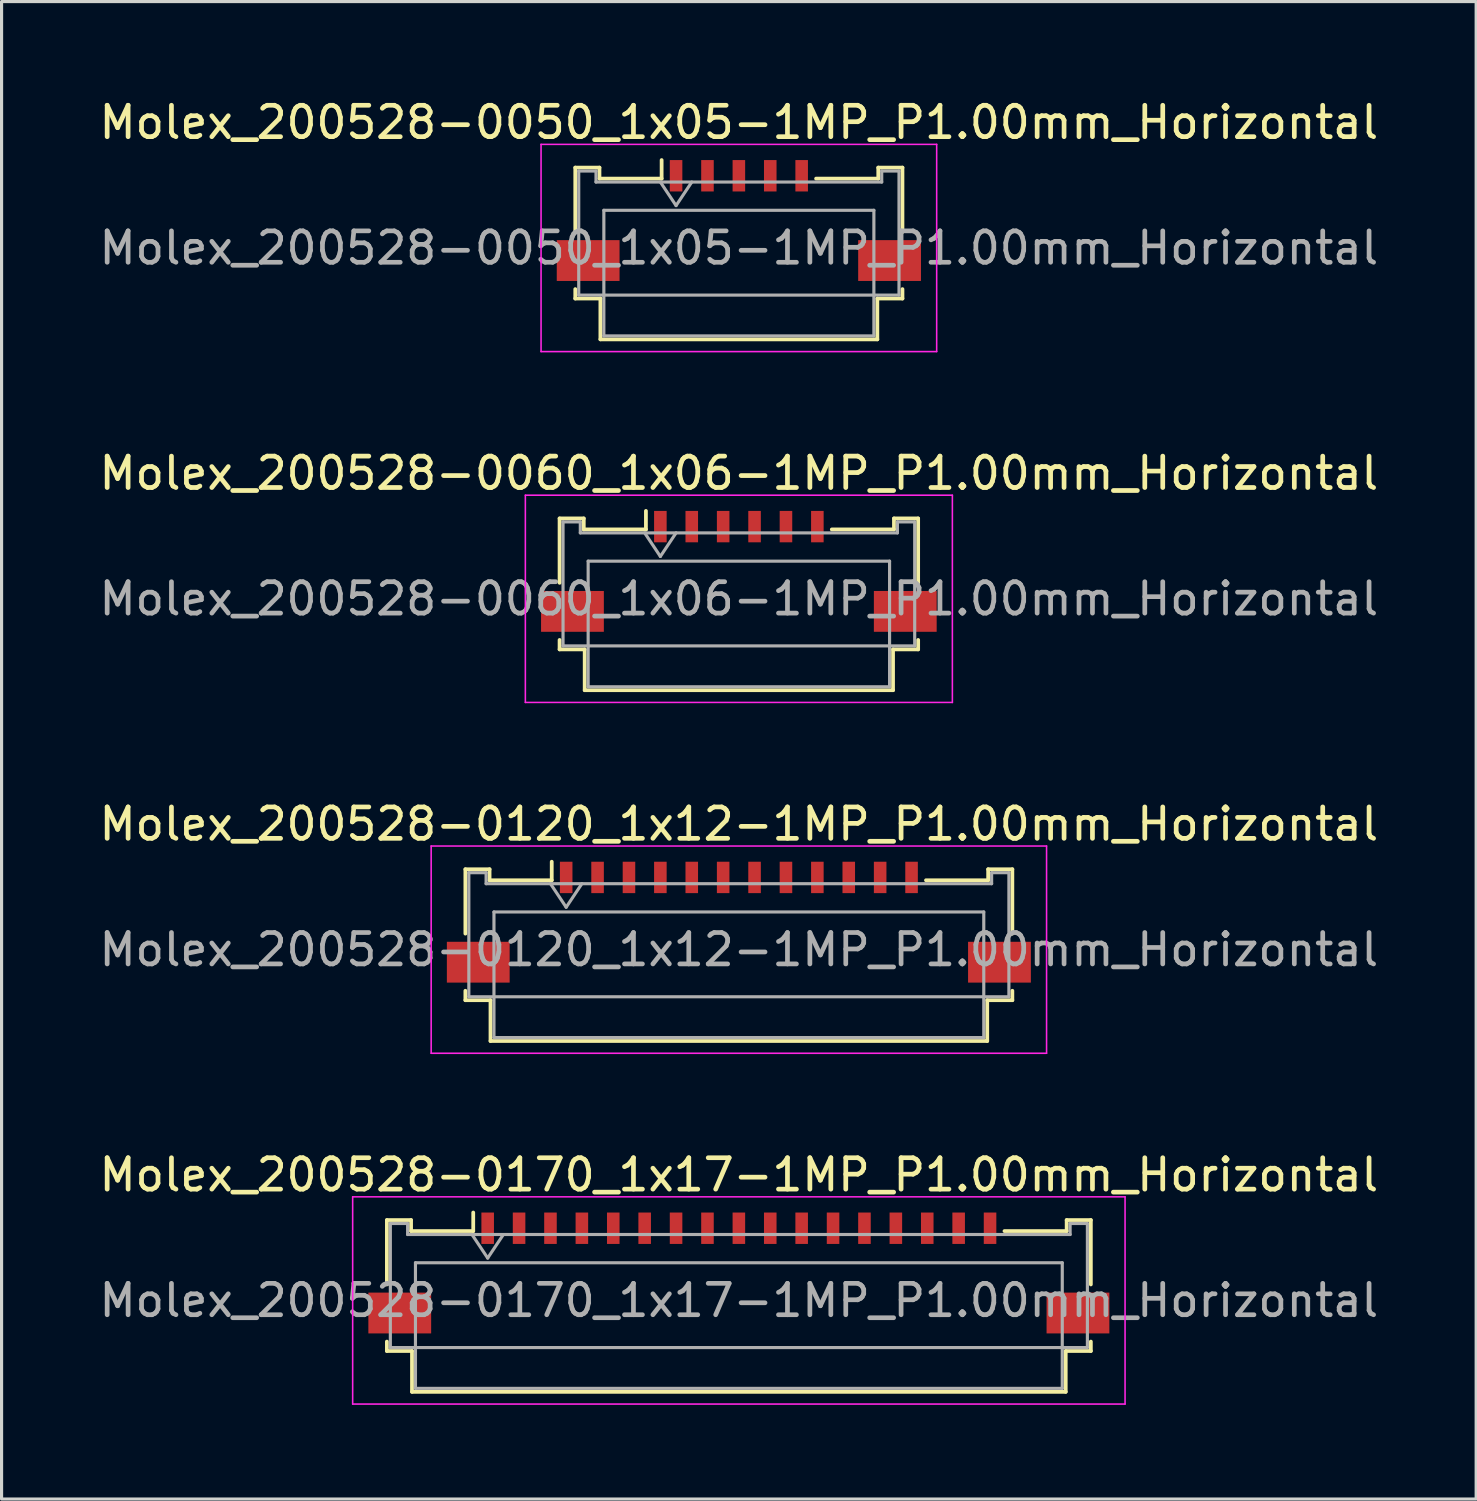
<source format=kicad_pcb>
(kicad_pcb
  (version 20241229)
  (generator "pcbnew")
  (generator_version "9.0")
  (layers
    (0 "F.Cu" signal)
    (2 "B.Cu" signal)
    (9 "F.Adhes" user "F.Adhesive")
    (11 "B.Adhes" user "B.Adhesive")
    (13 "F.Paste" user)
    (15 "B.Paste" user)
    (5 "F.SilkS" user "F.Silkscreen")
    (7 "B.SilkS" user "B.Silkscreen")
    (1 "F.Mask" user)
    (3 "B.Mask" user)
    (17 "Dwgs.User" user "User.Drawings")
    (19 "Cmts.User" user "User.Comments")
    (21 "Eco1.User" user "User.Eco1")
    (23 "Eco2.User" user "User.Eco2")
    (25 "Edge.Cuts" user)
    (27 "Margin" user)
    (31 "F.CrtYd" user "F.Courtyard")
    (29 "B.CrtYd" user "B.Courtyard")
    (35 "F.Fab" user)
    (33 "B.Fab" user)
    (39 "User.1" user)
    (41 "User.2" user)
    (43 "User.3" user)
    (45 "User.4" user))
  (footprint "Molex_200528-0060_1x06-1MP_P1.00mm_Horizontal"
    (layer "F.Cu")
    (at 20.482 14.632)
    (property "Reference" "Molex_200528-0060_1x06-1MP_P1.00mm_Horizontal" (at 0 -2.61 0) (layer "F.SilkS") (effects (font (size 1 1) (thickness 0.15))))
    (attr smd)
    (fp_line (start -5.71 -1.17) (end -5.71 0.88) (stroke (width 0.12) (type solid)) (layer "F.SilkS"))
    (fp_line (start -5.71 2.7) (end -5.71 3) (stroke (width 0.12) (type solid)) (layer "F.SilkS"))
    (fp_line (start -5.71 3) (end -4.91 3) (stroke (width 0.12) (type solid)) (layer "F.SilkS"))
    (fp_line (start -4.94 -1.17) (end -5.71 -1.17) (stroke (width 0.12) (type solid)) (layer "F.SilkS"))
    (fp_line (start -4.94 -0.82) (end -4.94 -1.17) (stroke (width 0.12) (type solid)) (layer "F.SilkS"))
    (fp_line (start -4.91 3) (end -4.91 4.3) (stroke (width 0.12) (type solid)) (layer "F.SilkS"))
    (fp_line (start -4.91 4.3) (end 4.91 4.3) (stroke (width 0.12) (type solid)) (layer "F.SilkS"))
    (fp_line (start -2.96 -1.41) (end -2.96 -0.82) (stroke (width 0.12) (type solid)) (layer "F.SilkS"))
    (fp_line (start -2.96 -0.82) (end -4.94 -0.82) (stroke (width 0.12) (type solid)) (layer "F.SilkS"))
    (fp_line (start 4.91 3) (end 5.71 3) (stroke (width 0.12) (type solid)) (layer "F.SilkS"))
    (fp_line (start 4.91 4.3) (end 4.91 3) (stroke (width 0.12) (type solid)) (layer "F.SilkS"))
    (fp_line (start 4.94 -1.17) (end 4.94 -0.82) (stroke (width 0.12) (type solid)) (layer "F.SilkS"))
    (fp_line (start 4.94 -0.82) (end 2.96 -0.82) (stroke (width 0.12) (type solid)) (layer "F.SilkS"))
    (fp_line (start 5.71 -1.17) (end 4.94 -1.17) (stroke (width 0.12) (type solid)) (layer "F.SilkS"))
    (fp_line (start 5.71 0.88) (end 5.71 -1.17) (stroke (width 0.12) (type solid)) (layer "F.SilkS"))
    (fp_line (start 5.71 3) (end 5.71 2.7) (stroke (width 0.12) (type solid)) (layer "F.SilkS"))
    (fp_line (start -6.8 -1.91) (end -6.8 4.69) (stroke (width 0.05) (type solid)) (layer "F.CrtYd"))
    (fp_line (start -6.8 4.69) (end 6.8 4.69) (stroke (width 0.05) (type solid)) (layer "F.CrtYd"))
    (fp_line (start 6.8 -1.91) (end -6.8 -1.91) (stroke (width 0.05) (type solid)) (layer "F.CrtYd"))
    (fp_line (start 6.8 4.69) (end 6.8 -1.91) (stroke (width 0.05) (type solid)) (layer "F.CrtYd"))
    (fp_line (start -5.6 -1.06) (end -5.6 2.89) (stroke (width 0.1) (type solid)) (layer "F.Fab"))
    (fp_line (start -5.6 2.89) (end 5.6 2.89) (stroke (width 0.1) (type solid)) (layer "F.Fab"))
    (fp_line (start -5.05 -1.06) (end -5.6 -1.06) (stroke (width 0.1) (type solid)) (layer "F.Fab"))
    (fp_line (start -5.05 -0.71) (end -5.05 -1.06) (stroke (width 0.1) (type solid)) (layer "F.Fab"))
    (fp_line (start -4.8 0.19) (end -4.8 4.19) (stroke (width 0.1) (type solid)) (layer "F.Fab"))
    (fp_line (start -4.8 4.19) (end 4.8 4.19) (stroke (width 0.1) (type solid)) (layer "F.Fab"))
    (fp_line (start -3 -0.71) (end -2.5 0.04) (stroke (width 0.1) (type solid)) (layer "F.Fab"))
    (fp_line (start -2.5 0.04) (end -2 -0.71) (stroke (width 0.1) (type solid)) (layer "F.Fab"))
    (fp_line (start 4.8 0.19) (end -4.8 0.19) (stroke (width 0.1) (type solid)) (layer "F.Fab"))
    (fp_line (start 4.8 4.19) (end 4.8 0.19) (stroke (width 0.1) (type solid)) (layer "F.Fab"))
    (fp_line (start 5.05 -1.06) (end 5.05 -0.71) (stroke (width 0.1) (type solid)) (layer "F.Fab"))
    (fp_line (start 5.05 -0.71) (end -5.05 -0.71) (stroke (width 0.1) (type solid)) (layer "F.Fab"))
    (fp_line (start 5.6 -1.06) (end 5.05 -1.06) (stroke (width 0.1) (type solid)) (layer "F.Fab"))
    (fp_line (start 5.6 2.89) (end 5.6 -1.06) (stroke (width 0.1) (type solid)) (layer "F.Fab"))
    (fp_text user "${REFERENCE}" (at 0 1.39 0) (layer "F.Fab") (effects (font (size 1 1) (thickness 0.15))))
    (pad "1" smd rect (at -2.5 -0.91) (size 0.4 1) (layers "F.Cu" "F.Mask" "F.Paste"))
    (pad "2" smd rect (at -1.5 -0.91) (size 0.4 1) (layers "F.Cu" "F.Mask" "F.Paste"))
    (pad "3" smd rect (at -0.5 -0.91) (size 0.4 1) (layers "F.Cu" "F.Mask" "F.Paste"))
    (pad "4" smd rect (at 0.5 -0.91) (size 0.4 1) (layers "F.Cu" "F.Mask" "F.Paste"))
    (pad "5" smd rect (at 1.5 -0.91) (size 0.4 1) (layers "F.Cu" "F.Mask" "F.Paste"))
    (pad "6" smd rect (at 2.5 -0.91) (size 0.4 1) (layers "F.Cu" "F.Mask" "F.Paste"))
    (pad "MP" smd rect (at -5.3 1.79) (size 2 1.3) (layers "F.Cu" "F.Mask" "F.Paste"))
    (pad "MP" smd rect (at 5.3 1.79) (size 2 1.3) (layers "F.Cu" "F.Mask" "F.Paste")))
  (footprint "Molex_200528-0120_1x12-1MP_P1.00mm_Horizontal"
    (layer "F.Cu")
    (at 20.482 25.805)
    (property "Reference" "Molex_200528-0120_1x12-1MP_P1.00mm_Horizontal" (at 0 -2.61 0) (layer "F.SilkS") (effects (font (size 1 1) (thickness 0.15))))
    (attr smd)
    (fp_line (start -8.71 -1.17) (end -8.71 0.88) (stroke (width 0.12) (type solid)) (layer "F.SilkS"))
    (fp_line (start -8.71 2.7) (end -8.71 3) (stroke (width 0.12) (type solid)) (layer "F.SilkS"))
    (fp_line (start -8.71 3) (end -7.91 3) (stroke (width 0.12) (type solid)) (layer "F.SilkS"))
    (fp_line (start -7.94 -1.17) (end -8.71 -1.17) (stroke (width 0.12) (type solid)) (layer "F.SilkS"))
    (fp_line (start -7.94 -0.82) (end -7.94 -1.17) (stroke (width 0.12) (type solid)) (layer "F.SilkS"))
    (fp_line (start -7.91 3) (end -7.91 4.3) (stroke (width 0.12) (type solid)) (layer "F.SilkS"))
    (fp_line (start -7.91 4.3) (end 7.91 4.3) (stroke (width 0.12) (type solid)) (layer "F.SilkS"))
    (fp_line (start -5.96 -1.41) (end -5.96 -0.82) (stroke (width 0.12) (type solid)) (layer "F.SilkS"))
    (fp_line (start -5.96 -0.82) (end -7.94 -0.82) (stroke (width 0.12) (type solid)) (layer "F.SilkS"))
    (fp_line (start 7.91 3) (end 8.71 3) (stroke (width 0.12) (type solid)) (layer "F.SilkS"))
    (fp_line (start 7.91 4.3) (end 7.91 3) (stroke (width 0.12) (type solid)) (layer "F.SilkS"))
    (fp_line (start 7.94 -1.17) (end 7.94 -0.82) (stroke (width 0.12) (type solid)) (layer "F.SilkS"))
    (fp_line (start 7.94 -0.82) (end 5.96 -0.82) (stroke (width 0.12) (type solid)) (layer "F.SilkS"))
    (fp_line (start 8.71 -1.17) (end 7.94 -1.17) (stroke (width 0.12) (type solid)) (layer "F.SilkS"))
    (fp_line (start 8.71 0.88) (end 8.71 -1.17) (stroke (width 0.12) (type solid)) (layer "F.SilkS"))
    (fp_line (start 8.71 3) (end 8.71 2.7) (stroke (width 0.12) (type solid)) (layer "F.SilkS"))
    (fp_line (start -9.8 -1.91) (end -9.8 4.69) (stroke (width 0.05) (type solid)) (layer "F.CrtYd"))
    (fp_line (start -9.8 4.69) (end 9.8 4.69) (stroke (width 0.05) (type solid)) (layer "F.CrtYd"))
    (fp_line (start 9.8 -1.91) (end -9.8 -1.91) (stroke (width 0.05) (type solid)) (layer "F.CrtYd"))
    (fp_line (start 9.8 4.69) (end 9.8 -1.91) (stroke (width 0.05) (type solid)) (layer "F.CrtYd"))
    (fp_line (start -8.6 -1.06) (end -8.6 2.89) (stroke (width 0.1) (type solid)) (layer "F.Fab"))
    (fp_line (start -8.6 2.89) (end 8.6 2.89) (stroke (width 0.1) (type solid)) (layer "F.Fab"))
    (fp_line (start -8.05 -1.06) (end -8.6 -1.06) (stroke (width 0.1) (type solid)) (layer "F.Fab"))
    (fp_line (start -8.05 -0.71) (end -8.05 -1.06) (stroke (width 0.1) (type solid)) (layer "F.Fab"))
    (fp_line (start -7.8 0.19) (end -7.8 4.19) (stroke (width 0.1) (type solid)) (layer "F.Fab"))
    (fp_line (start -7.8 4.19) (end 7.8 4.19) (stroke (width 0.1) (type solid)) (layer "F.Fab"))
    (fp_line (start -6 -0.71) (end -5.5 0.04) (stroke (width 0.1) (type solid)) (layer "F.Fab"))
    (fp_line (start -5.5 0.04) (end -5 -0.71) (stroke (width 0.1) (type solid)) (layer "F.Fab"))
    (fp_line (start 7.8 0.19) (end -7.8 0.19) (stroke (width 0.1) (type solid)) (layer "F.Fab"))
    (fp_line (start 7.8 4.19) (end 7.8 0.19) (stroke (width 0.1) (type solid)) (layer "F.Fab"))
    (fp_line (start 8.05 -1.06) (end 8.05 -0.71) (stroke (width 0.1) (type solid)) (layer "F.Fab"))
    (fp_line (start 8.05 -0.71) (end -8.05 -0.71) (stroke (width 0.1) (type solid)) (layer "F.Fab"))
    (fp_line (start 8.6 -1.06) (end 8.05 -1.06) (stroke (width 0.1) (type solid)) (layer "F.Fab"))
    (fp_line (start 8.6 2.89) (end 8.6 -1.06) (stroke (width 0.1) (type solid)) (layer "F.Fab"))
    (fp_text user "${REFERENCE}" (at 0 1.39 0) (layer "F.Fab") (effects (font (size 1 1) (thickness 0.15))))
    (pad "1" smd rect (at -5.5 -0.91) (size 0.4 1) (layers "F.Cu" "F.Mask" "F.Paste"))
    (pad "2" smd rect (at -4.5 -0.91) (size 0.4 1) (layers "F.Cu" "F.Mask" "F.Paste"))
    (pad "3" smd rect (at -3.5 -0.91) (size 0.4 1) (layers "F.Cu" "F.Mask" "F.Paste"))
    (pad "4" smd rect (at -2.5 -0.91) (size 0.4 1) (layers "F.Cu" "F.Mask" "F.Paste"))
    (pad "5" smd rect (at -1.5 -0.91) (size 0.4 1) (layers "F.Cu" "F.Mask" "F.Paste"))
    (pad "6" smd rect (at -0.5 -0.91) (size 0.4 1) (layers "F.Cu" "F.Mask" "F.Paste"))
    (pad "7" smd rect (at 0.5 -0.91) (size 0.4 1) (layers "F.Cu" "F.Mask" "F.Paste"))
    (pad "8" smd rect (at 1.5 -0.91) (size 0.4 1) (layers "F.Cu" "F.Mask" "F.Paste"))
    (pad "9" smd rect (at 2.5 -0.91) (size 0.4 1) (layers "F.Cu" "F.Mask" "F.Paste"))
    (pad "10" smd rect (at 3.5 -0.91) (size 0.4 1) (layers "F.Cu" "F.Mask" "F.Paste"))
    (pad "11" smd rect (at 4.5 -0.91) (size 0.4 1) (layers "F.Cu" "F.Mask" "F.Paste"))
    (pad "12" smd rect (at 5.5 -0.91) (size 0.4 1) (layers "F.Cu" "F.Mask" "F.Paste"))
    (pad "MP" smd rect (at -8.3 1.79) (size 2 1.3) (layers "F.Cu" "F.Mask" "F.Paste"))
    (pad "MP" smd rect (at 8.3 1.79) (size 2 1.3) (layers "F.Cu" "F.Mask" "F.Paste")))
  (footprint "Molex_200528-0170_1x17-1MP_P1.00mm_Horizontal"
    (layer "F.Cu")
    (at 20.482 36.978)
    (property "Reference" "Molex_200528-0170_1x17-1MP_P1.00mm_Horizontal" (at 0 -2.61 0) (layer "F.SilkS") (effects (font (size 1 1) (thickness 0.15))))
    (attr smd)
    (fp_line (start -11.21 -1.17) (end -11.21 0.88) (stroke (width 0.12) (type solid)) (layer "F.SilkS"))
    (fp_line (start -11.21 2.7) (end -11.21 3) (stroke (width 0.12) (type solid)) (layer "F.SilkS"))
    (fp_line (start -11.21 3) (end -10.41 3) (stroke (width 0.12) (type solid)) (layer "F.SilkS"))
    (fp_line (start -10.44 -1.17) (end -11.21 -1.17) (stroke (width 0.12) (type solid)) (layer "F.SilkS"))
    (fp_line (start -10.44 -0.82) (end -10.44 -1.17) (stroke (width 0.12) (type solid)) (layer "F.SilkS"))
    (fp_line (start -10.41 3) (end -10.41 4.3) (stroke (width 0.12) (type solid)) (layer "F.SilkS"))
    (fp_line (start -10.41 4.3) (end 10.41 4.3) (stroke (width 0.12) (type solid)) (layer "F.SilkS"))
    (fp_line (start -8.46 -1.41) (end -8.46 -0.82) (stroke (width 0.12) (type solid)) (layer "F.SilkS"))
    (fp_line (start -8.46 -0.82) (end -10.44 -0.82) (stroke (width 0.12) (type solid)) (layer "F.SilkS"))
    (fp_line (start 10.41 3) (end 11.21 3) (stroke (width 0.12) (type solid)) (layer "F.SilkS"))
    (fp_line (start 10.41 4.3) (end 10.41 3) (stroke (width 0.12) (type solid)) (layer "F.SilkS"))
    (fp_line (start 10.44 -1.17) (end 10.44 -0.82) (stroke (width 0.12) (type solid)) (layer "F.SilkS"))
    (fp_line (start 10.44 -0.82) (end 8.46 -0.82) (stroke (width 0.12) (type solid)) (layer "F.SilkS"))
    (fp_line (start 11.21 -1.17) (end 10.44 -1.17) (stroke (width 0.12) (type solid)) (layer "F.SilkS"))
    (fp_line (start 11.21 0.88) (end 11.21 -1.17) (stroke (width 0.12) (type solid)) (layer "F.SilkS"))
    (fp_line (start 11.21 3) (end 11.21 2.7) (stroke (width 0.12) (type solid)) (layer "F.SilkS"))
    (fp_line (start -12.3 -1.91) (end -12.3 4.69) (stroke (width 0.05) (type solid)) (layer "F.CrtYd"))
    (fp_line (start -12.3 4.69) (end 12.3 4.69) (stroke (width 0.05) (type solid)) (layer "F.CrtYd"))
    (fp_line (start 12.3 -1.91) (end -12.3 -1.91) (stroke (width 0.05) (type solid)) (layer "F.CrtYd"))
    (fp_line (start 12.3 4.69) (end 12.3 -1.91) (stroke (width 0.05) (type solid)) (layer "F.CrtYd"))
    (fp_line (start -11.1 -1.06) (end -11.1 2.89) (stroke (width 0.1) (type solid)) (layer "F.Fab"))
    (fp_line (start -11.1 2.89) (end 11.1 2.89) (stroke (width 0.1) (type solid)) (layer "F.Fab"))
    (fp_line (start -10.55 -1.06) (end -11.1 -1.06) (stroke (width 0.1) (type solid)) (layer "F.Fab"))
    (fp_line (start -10.55 -0.71) (end -10.55 -1.06) (stroke (width 0.1) (type solid)) (layer "F.Fab"))
    (fp_line (start -10.3 0.19) (end -10.3 4.19) (stroke (width 0.1) (type solid)) (layer "F.Fab"))
    (fp_line (start -10.3 4.19) (end 10.3 4.19) (stroke (width 0.1) (type solid)) (layer "F.Fab"))
    (fp_line (start -8.5 -0.71) (end -8 0.04) (stroke (width 0.1) (type solid)) (layer "F.Fab"))
    (fp_line (start -8 0.04) (end -7.5 -0.71) (stroke (width 0.1) (type solid)) (layer "F.Fab"))
    (fp_line (start 10.3 0.19) (end -10.3 0.19) (stroke (width 0.1) (type solid)) (layer "F.Fab"))
    (fp_line (start 10.3 4.19) (end 10.3 0.19) (stroke (width 0.1) (type solid)) (layer "F.Fab"))
    (fp_line (start 10.55 -1.06) (end 10.55 -0.71) (stroke (width 0.1) (type solid)) (layer "F.Fab"))
    (fp_line (start 10.55 -0.71) (end -10.55 -0.71) (stroke (width 0.1) (type solid)) (layer "F.Fab"))
    (fp_line (start 11.1 -1.06) (end 10.55 -1.06) (stroke (width 0.1) (type solid)) (layer "F.Fab"))
    (fp_line (start 11.1 2.89) (end 11.1 -1.06) (stroke (width 0.1) (type solid)) (layer "F.Fab"))
    (fp_text user "${REFERENCE}" (at 0 1.39 0) (layer "F.Fab") (effects (font (size 1 1) (thickness 0.15))))
    (pad "1" smd rect (at -8 -0.91) (size 0.4 1) (layers "F.Cu" "F.Mask" "F.Paste"))
    (pad "2" smd rect (at -7 -0.91) (size 0.4 1) (layers "F.Cu" "F.Mask" "F.Paste"))
    (pad "3" smd rect (at -6 -0.91) (size 0.4 1) (layers "F.Cu" "F.Mask" "F.Paste"))
    (pad "4" smd rect (at -5 -0.91) (size 0.4 1) (layers "F.Cu" "F.Mask" "F.Paste"))
    (pad "5" smd rect (at -4 -0.91) (size 0.4 1) (layers "F.Cu" "F.Mask" "F.Paste"))
    (pad "6" smd rect (at -3 -0.91) (size 0.4 1) (layers "F.Cu" "F.Mask" "F.Paste"))
    (pad "7" smd rect (at -2 -0.91) (size 0.4 1) (layers "F.Cu" "F.Mask" "F.Paste"))
    (pad "8" smd rect (at -1 -0.91) (size 0.4 1) (layers "F.Cu" "F.Mask" "F.Paste"))
    (pad "9" smd rect (at 0 -0.91) (size 0.4 1) (layers "F.Cu" "F.Mask" "F.Paste"))
    (pad "10" smd rect (at 1 -0.91) (size 0.4 1) (layers "F.Cu" "F.Mask" "F.Paste"))
    (pad "11" smd rect (at 2 -0.91) (size 0.4 1) (layers "F.Cu" "F.Mask" "F.Paste"))
    (pad "12" smd rect (at 3 -0.91) (size 0.4 1) (layers "F.Cu" "F.Mask" "F.Paste"))
    (pad "13" smd rect (at 4 -0.91) (size 0.4 1) (layers "F.Cu" "F.Mask" "F.Paste"))
    (pad "14" smd rect (at 5 -0.91) (size 0.4 1) (layers "F.Cu" "F.Mask" "F.Paste"))
    (pad "15" smd rect (at 6 -0.91) (size 0.4 1) (layers "F.Cu" "F.Mask" "F.Paste"))
    (pad "16" smd rect (at 7 -0.91) (size 0.4 1) (layers "F.Cu" "F.Mask" "F.Paste"))
    (pad "17" smd rect (at 8 -0.91) (size 0.4 1) (layers "F.Cu" "F.Mask" "F.Paste"))
    (pad "MP" smd rect (at -10.8 1.79) (size 2 1.3) (layers "F.Cu" "F.Mask" "F.Paste"))
    (pad "MP" smd rect (at 10.8 1.79) (size 2 1.3) (layers "F.Cu" "F.Mask" "F.Paste")))
  (footprint "Molex_200528-0050_1x05-1MP_P1.00mm_Horizontal"
    (layer "F.Cu")
    (at 20.482 3.458)
    (property "Reference" "Molex_200528-0050_1x05-1MP_P1.00mm_Horizontal" (at 0 -2.61 0) (layer "F.SilkS") (effects (font (size 1 1) (thickness 0.15))))
    (attr smd)
    (fp_line (start -5.21 -1.17) (end -5.21 0.88) (stroke (width 0.12) (type solid)) (layer "F.SilkS"))
    (fp_line (start -5.21 2.7) (end -5.21 3) (stroke (width 0.12) (type solid)) (layer "F.SilkS"))
    (fp_line (start -5.21 3) (end -4.41 3) (stroke (width 0.12) (type solid)) (layer "F.SilkS"))
    (fp_line (start -4.44 -1.17) (end -5.21 -1.17) (stroke (width 0.12) (type solid)) (layer "F.SilkS"))
    (fp_line (start -4.44 -0.82) (end -4.44 -1.17) (stroke (width 0.12) (type solid)) (layer "F.SilkS"))
    (fp_line (start -4.41 3) (end -4.41 4.3) (stroke (width 0.12) (type solid)) (layer "F.SilkS"))
    (fp_line (start -4.41 4.3) (end 4.41 4.3) (stroke (width 0.12) (type solid)) (layer "F.SilkS"))
    (fp_line (start -2.46 -1.41) (end -2.46 -0.82) (stroke (width 0.12) (type solid)) (layer "F.SilkS"))
    (fp_line (start -2.46 -0.82) (end -4.44 -0.82) (stroke (width 0.12) (type solid)) (layer "F.SilkS"))
    (fp_line (start 4.41 3) (end 5.21 3) (stroke (width 0.12) (type solid)) (layer "F.SilkS"))
    (fp_line (start 4.41 4.3) (end 4.41 3) (stroke (width 0.12) (type solid)) (layer "F.SilkS"))
    (fp_line (start 4.44 -1.17) (end 4.44 -0.82) (stroke (width 0.12) (type solid)) (layer "F.SilkS"))
    (fp_line (start 4.44 -0.82) (end 2.46 -0.82) (stroke (width 0.12) (type solid)) (layer "F.SilkS"))
    (fp_line (start 5.21 -1.17) (end 4.44 -1.17) (stroke (width 0.12) (type solid)) (layer "F.SilkS"))
    (fp_line (start 5.21 0.88) (end 5.21 -1.17) (stroke (width 0.12) (type solid)) (layer "F.SilkS"))
    (fp_line (start 5.21 3) (end 5.21 2.7) (stroke (width 0.12) (type solid)) (layer "F.SilkS"))
    (fp_line (start -6.3 -1.91) (end -6.3 4.69) (stroke (width 0.05) (type solid)) (layer "F.CrtYd"))
    (fp_line (start -6.3 4.69) (end 6.3 4.69) (stroke (width 0.05) (type solid)) (layer "F.CrtYd"))
    (fp_line (start 6.3 -1.91) (end -6.3 -1.91) (stroke (width 0.05) (type solid)) (layer "F.CrtYd"))
    (fp_line (start 6.3 4.69) (end 6.3 -1.91) (stroke (width 0.05) (type solid)) (layer "F.CrtYd"))
    (fp_line (start -5.1 -1.06) (end -5.1 2.89) (stroke (width 0.1) (type solid)) (layer "F.Fab"))
    (fp_line (start -5.1 2.89) (end 5.1 2.89) (stroke (width 0.1) (type solid)) (layer "F.Fab"))
    (fp_line (start -4.55 -1.06) (end -5.1 -1.06) (stroke (width 0.1) (type solid)) (layer "F.Fab"))
    (fp_line (start -4.55 -0.71) (end -4.55 -1.06) (stroke (width 0.1) (type solid)) (layer "F.Fab"))
    (fp_line (start -4.3 0.19) (end -4.3 4.19) (stroke (width 0.1) (type solid)) (layer "F.Fab"))
    (fp_line (start -4.3 4.19) (end 4.3 4.19) (stroke (width 0.1) (type solid)) (layer "F.Fab"))
    (fp_line (start -2.5 -0.71) (end -2 0.04) (stroke (width 0.1) (type solid)) (layer "F.Fab"))
    (fp_line (start -2 0.04) (end -1.5 -0.71) (stroke (width 0.1) (type solid)) (layer "F.Fab"))
    (fp_line (start 4.3 0.19) (end -4.3 0.19) (stroke (width 0.1) (type solid)) (layer "F.Fab"))
    (fp_line (start 4.3 4.19) (end 4.3 0.19) (stroke (width 0.1) (type solid)) (layer "F.Fab"))
    (fp_line (start 4.55 -1.06) (end 4.55 -0.71) (stroke (width 0.1) (type solid)) (layer "F.Fab"))
    (fp_line (start 4.55 -0.71) (end -4.55 -0.71) (stroke (width 0.1) (type solid)) (layer "F.Fab"))
    (fp_line (start 5.1 -1.06) (end 4.55 -1.06) (stroke (width 0.1) (type solid)) (layer "F.Fab"))
    (fp_line (start 5.1 2.89) (end 5.1 -1.06) (stroke (width 0.1) (type solid)) (layer "F.Fab"))
    (fp_text user "${REFERENCE}" (at 0 1.39 0) (layer "F.Fab") (effects (font (size 1 1) (thickness 0.15))))
    (pad "1" smd rect (at -2 -0.91) (size 0.4 1) (layers "F.Cu" "F.Mask" "F.Paste"))
    (pad "2" smd rect (at -1 -0.91) (size 0.4 1) (layers "F.Cu" "F.Mask" "F.Paste"))
    (pad "3" smd rect (at 0 -0.91) (size 0.4 1) (layers "F.Cu" "F.Mask" "F.Paste"))
    (pad "4" smd rect (at 1 -0.91) (size 0.4 1) (layers "F.Cu" "F.Mask" "F.Paste"))
    (pad "5" smd rect (at 2 -0.91) (size 0.4 1) (layers "F.Cu" "F.Mask" "F.Paste"))
    (pad "MP" smd rect (at -4.8 1.79) (size 2 1.3) (layers "F.Cu" "F.Mask" "F.Paste"))
    (pad "MP" smd rect (at 4.8 1.79) (size 2 1.3) (layers "F.Cu" "F.Mask" "F.Paste")))
  (gr_rect
    (start -3 -3)
    (end 43.964 44.693)
    (stroke (width 0.1) (type default))
    (fill no)
    (layer "Edge.Cuts")))
</source>
